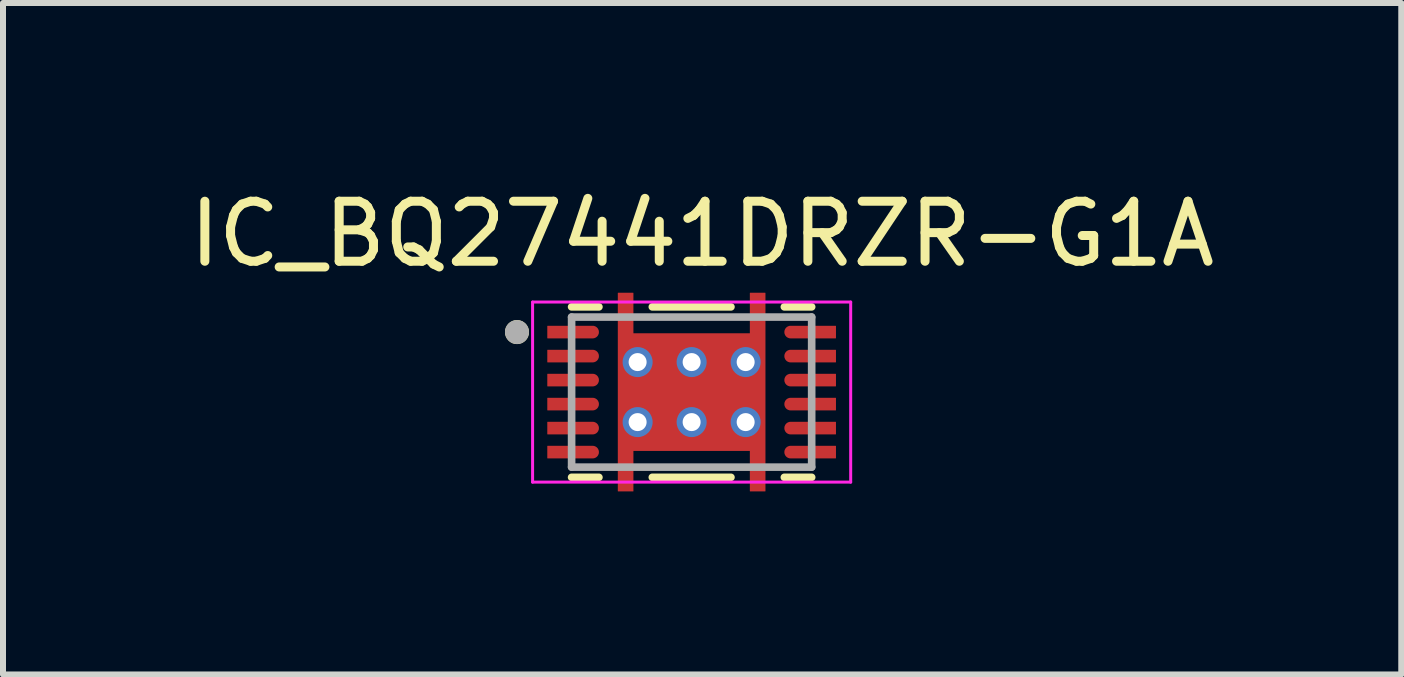
<source format=kicad_pcb>
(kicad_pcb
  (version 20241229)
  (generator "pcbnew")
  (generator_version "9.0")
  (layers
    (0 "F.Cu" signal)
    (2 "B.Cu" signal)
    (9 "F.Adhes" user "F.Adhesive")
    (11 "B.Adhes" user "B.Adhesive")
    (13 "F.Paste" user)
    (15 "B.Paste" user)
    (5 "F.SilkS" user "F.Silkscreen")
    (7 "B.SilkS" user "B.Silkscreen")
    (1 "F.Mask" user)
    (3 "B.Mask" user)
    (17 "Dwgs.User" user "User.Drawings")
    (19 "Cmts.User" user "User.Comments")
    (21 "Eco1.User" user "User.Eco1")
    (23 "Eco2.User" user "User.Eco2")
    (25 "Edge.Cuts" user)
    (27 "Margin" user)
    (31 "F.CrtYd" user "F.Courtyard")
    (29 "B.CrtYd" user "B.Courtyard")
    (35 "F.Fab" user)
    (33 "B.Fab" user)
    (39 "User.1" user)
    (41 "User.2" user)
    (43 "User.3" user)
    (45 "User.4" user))
  (footprint "IC_BQ27441DRZR-G1A"
    (layer "F.Cu")
    (at 8.474 3.483)
    (property "Reference" "IC_BQ27441DRZR-G1A" (at 0.175 -2.635 0) (layer "F.SilkS") (effects (font (size 1 1) (thickness 0.15))))
    (attr smd)
    (fp_poly (pts (xy -1.275 1.7) (xy -1.275 -1.7) (xy -0.925 -1.7) (xy -0.925 -1.025) (xy 0.925 -1.025) (xy 0.925 -1.7) (xy 1.275 -1.7) (xy 1.275 1.7) (xy 0.925 1.7) (xy 0.925 1.025) (xy -0.925 1.025) (xy -0.925 1.7)) (stroke (width 0.01) (type solid)) (fill yes) (layer "F.Mask"))
    (fp_poly (pts (xy -2.45 -1.15) (xy -1.65 -1.15) (xy -1.642 -1.15) (xy -1.634 -1.149) (xy -1.627 -1.148) (xy -1.619 -1.147) (xy -1.611 -1.145) (xy -1.604 -1.143) (xy -1.596 -1.14) (xy -1.589 -1.137) (xy -1.582 -1.134) (xy -1.575 -1.13) (xy -1.568 -1.126) (xy -1.562 -1.121) (xy -1.556 -1.117) (xy -1.55 -1.111) (xy -1.544 -1.106) (xy -1.539 -1.1) (xy -1.533 -1.094) (xy -1.529 -1.088) (xy -1.524 -1.082) (xy -1.52 -1.075) (xy -1.516 -1.068) (xy -1.513 -1.061) (xy -1.51 -1.054) (xy -1.507 -1.046) (xy -1.505 -1.039) (xy -1.503 -1.031) (xy -1.502 -1.023) (xy -1.501 -1.016) (xy -1.5 -1.008) (xy -1.5 -1) (xy -1.5 -0.992) (xy -1.501 -0.984) (xy -1.502 -0.977) (xy -1.503 -0.969) (xy -1.505 -0.961) (xy -1.507 -0.954) (xy -1.51 -0.946) (xy -1.513 -0.939) (xy -1.516 -0.932) (xy -1.52 -0.925) (xy -1.524 -0.918) (xy -1.529 -0.912) (xy -1.533 -0.906) (xy -1.539 -0.9) (xy -1.544 -0.894) (xy -1.55 -0.889) (xy -1.556 -0.883) (xy -1.562 -0.879) (xy -1.568 -0.874) (xy -1.575 -0.87) (xy -1.582 -0.866) (xy -1.589 -0.863) (xy -1.596 -0.86) (xy -1.604 -0.857) (xy -1.611 -0.855) (xy -1.619 -0.853) (xy -1.627 -0.852) (xy -1.634 -0.851) (xy -1.642 -0.85) (xy -1.65 -0.85) (xy -2.45 -0.85) (xy -2.45 -1) (xy -2.45 -1.15)) (stroke (width 0.01) (type solid)) (fill yes) (layer "F.Mask"))
    (fp_poly (pts (xy -2.45 -0.75) (xy -1.65 -0.75) (xy -1.642 -0.75) (xy -1.634 -0.749) (xy -1.627 -0.748) (xy -1.619 -0.747) (xy -1.611 -0.745) (xy -1.604 -0.743) (xy -1.596 -0.74) (xy -1.589 -0.737) (xy -1.582 -0.734) (xy -1.575 -0.73) (xy -1.568 -0.726) (xy -1.562 -0.721) (xy -1.556 -0.717) (xy -1.55 -0.711) (xy -1.544 -0.706) (xy -1.539 -0.7) (xy -1.533 -0.694) (xy -1.529 -0.688) (xy -1.524 -0.682) (xy -1.52 -0.675) (xy -1.516 -0.668) (xy -1.513 -0.661) (xy -1.51 -0.654) (xy -1.507 -0.646) (xy -1.505 -0.639) (xy -1.503 -0.631) (xy -1.502 -0.623) (xy -1.501 -0.616) (xy -1.5 -0.608) (xy -1.5 -0.6) (xy -1.5 -0.592) (xy -1.501 -0.584) (xy -1.502 -0.577) (xy -1.503 -0.569) (xy -1.505 -0.561) (xy -1.507 -0.554) (xy -1.51 -0.546) (xy -1.513 -0.539) (xy -1.516 -0.532) (xy -1.52 -0.525) (xy -1.524 -0.518) (xy -1.529 -0.512) (xy -1.533 -0.506) (xy -1.539 -0.5) (xy -1.544 -0.494) (xy -1.55 -0.489) (xy -1.556 -0.483) (xy -1.562 -0.479) (xy -1.568 -0.474) (xy -1.575 -0.47) (xy -1.582 -0.466) (xy -1.589 -0.463) (xy -1.596 -0.46) (xy -1.604 -0.457) (xy -1.611 -0.455) (xy -1.619 -0.453) (xy -1.627 -0.452) (xy -1.634 -0.451) (xy -1.642 -0.45) (xy -1.65 -0.45) (xy -2.45 -0.45) (xy -2.45 -0.6) (xy -2.45 -0.75)) (stroke (width 0.01) (type solid)) (fill yes) (layer "F.Mask"))
    (fp_poly (pts (xy -2.45 -0.35) (xy -1.65 -0.35) (xy -1.642 -0.35) (xy -1.634 -0.349) (xy -1.627 -0.348) (xy -1.619 -0.347) (xy -1.611 -0.345) (xy -1.604 -0.343) (xy -1.596 -0.34) (xy -1.589 -0.337) (xy -1.582 -0.334) (xy -1.575 -0.33) (xy -1.568 -0.326) (xy -1.562 -0.321) (xy -1.556 -0.317) (xy -1.55 -0.311) (xy -1.544 -0.306) (xy -1.539 -0.3) (xy -1.533 -0.294) (xy -1.529 -0.288) (xy -1.524 -0.282) (xy -1.52 -0.275) (xy -1.516 -0.268) (xy -1.513 -0.261) (xy -1.51 -0.254) (xy -1.507 -0.246) (xy -1.505 -0.239) (xy -1.503 -0.231) (xy -1.502 -0.223) (xy -1.501 -0.216) (xy -1.5 -0.208) (xy -1.5 -0.2) (xy -1.5 -0.192) (xy -1.501 -0.184) (xy -1.502 -0.177) (xy -1.503 -0.169) (xy -1.505 -0.161) (xy -1.507 -0.154) (xy -1.51 -0.146) (xy -1.513 -0.139) (xy -1.516 -0.132) (xy -1.52 -0.125) (xy -1.524 -0.118) (xy -1.529 -0.112) (xy -1.533 -0.106) (xy -1.539 -0.1) (xy -1.544 -0.094) (xy -1.55 -0.089) (xy -1.556 -0.083) (xy -1.562 -0.079) (xy -1.568 -0.074) (xy -1.575 -0.07) (xy -1.582 -0.066) (xy -1.589 -0.063) (xy -1.596 -0.06) (xy -1.604 -0.057) (xy -1.611 -0.055) (xy -1.619 -0.053) (xy -1.627 -0.052) (xy -1.634 -0.051) (xy -1.642 -0.05) (xy -1.65 -0.05) (xy -2.45 -0.05) (xy -2.45 -0.2) (xy -2.45 -0.35)) (stroke (width 0.01) (type solid)) (fill yes) (layer "F.Mask"))
    (fp_poly (pts (xy -2.45 0.05) (xy -1.65 0.05) (xy -1.642 0.05) (xy -1.634 0.051) (xy -1.627 0.052) (xy -1.619 0.053) (xy -1.611 0.055) (xy -1.604 0.057) (xy -1.596 0.06) (xy -1.589 0.063) (xy -1.582 0.066) (xy -1.575 0.07) (xy -1.568 0.074) (xy -1.562 0.079) (xy -1.556 0.083) (xy -1.55 0.089) (xy -1.544 0.094) (xy -1.539 0.1) (xy -1.533 0.106) (xy -1.529 0.112) (xy -1.524 0.118) (xy -1.52 0.125) (xy -1.516 0.132) (xy -1.513 0.139) (xy -1.51 0.146) (xy -1.507 0.154) (xy -1.505 0.161) (xy -1.503 0.169) (xy -1.502 0.177) (xy -1.501 0.184) (xy -1.5 0.192) (xy -1.5 0.2) (xy -1.5 0.208) (xy -1.501 0.216) (xy -1.502 0.223) (xy -1.503 0.231) (xy -1.505 0.239) (xy -1.507 0.246) (xy -1.51 0.254) (xy -1.513 0.261) (xy -1.516 0.268) (xy -1.52 0.275) (xy -1.524 0.282) (xy -1.529 0.288) (xy -1.533 0.294) (xy -1.539 0.3) (xy -1.544 0.306) (xy -1.55 0.311) (xy -1.556 0.317) (xy -1.562 0.321) (xy -1.568 0.326) (xy -1.575 0.33) (xy -1.582 0.334) (xy -1.589 0.337) (xy -1.596 0.34) (xy -1.604 0.343) (xy -1.611 0.345) (xy -1.619 0.347) (xy -1.627 0.348) (xy -1.634 0.349) (xy -1.642 0.35) (xy -1.65 0.35) (xy -2.45 0.35) (xy -2.45 0.2) (xy -2.45 0.05)) (stroke (width 0.01) (type solid)) (fill yes) (layer "F.Mask"))
    (fp_poly (pts (xy -2.45 0.45) (xy -1.65 0.45) (xy -1.642 0.45) (xy -1.634 0.451) (xy -1.627 0.452) (xy -1.619 0.453) (xy -1.611 0.455) (xy -1.604 0.457) (xy -1.596 0.46) (xy -1.589 0.463) (xy -1.582 0.466) (xy -1.575 0.47) (xy -1.568 0.474) (xy -1.562 0.479) (xy -1.556 0.483) (xy -1.55 0.489) (xy -1.544 0.494) (xy -1.539 0.5) (xy -1.533 0.506) (xy -1.529 0.512) (xy -1.524 0.518) (xy -1.52 0.525) (xy -1.516 0.532) (xy -1.513 0.539) (xy -1.51 0.546) (xy -1.507 0.554) (xy -1.505 0.561) (xy -1.503 0.569) (xy -1.502 0.577) (xy -1.501 0.584) (xy -1.5 0.592) (xy -1.5 0.6) (xy -1.5 0.608) (xy -1.501 0.616) (xy -1.502 0.623) (xy -1.503 0.631) (xy -1.505 0.639) (xy -1.507 0.646) (xy -1.51 0.654) (xy -1.513 0.661) (xy -1.516 0.668) (xy -1.52 0.675) (xy -1.524 0.682) (xy -1.529 0.688) (xy -1.533 0.694) (xy -1.539 0.7) (xy -1.544 0.706) (xy -1.55 0.711) (xy -1.556 0.717) (xy -1.562 0.721) (xy -1.568 0.726) (xy -1.575 0.73) (xy -1.582 0.734) (xy -1.589 0.737) (xy -1.596 0.74) (xy -1.604 0.743) (xy -1.611 0.745) (xy -1.619 0.747) (xy -1.627 0.748) (xy -1.634 0.749) (xy -1.642 0.75) (xy -1.65 0.75) (xy -2.45 0.75) (xy -2.45 0.6) (xy -2.45 0.45)) (stroke (width 0.01) (type solid)) (fill yes) (layer "F.Mask"))
    (fp_poly (pts (xy -2.45 0.85) (xy -1.65 0.85) (xy -1.642 0.85) (xy -1.634 0.851) (xy -1.627 0.852) (xy -1.619 0.853) (xy -1.611 0.855) (xy -1.604 0.857) (xy -1.596 0.86) (xy -1.589 0.863) (xy -1.582 0.866) (xy -1.575 0.87) (xy -1.568 0.874) (xy -1.562 0.879) (xy -1.556 0.883) (xy -1.55 0.889) (xy -1.544 0.894) (xy -1.539 0.9) (xy -1.533 0.906) (xy -1.529 0.912) (xy -1.524 0.918) (xy -1.52 0.925) (xy -1.516 0.932) (xy -1.513 0.939) (xy -1.51 0.946) (xy -1.507 0.954) (xy -1.505 0.961) (xy -1.503 0.969) (xy -1.502 0.977) (xy -1.501 0.984) (xy -1.5 0.992) (xy -1.5 1) (xy -1.5 1.008) (xy -1.501 1.016) (xy -1.502 1.023) (xy -1.503 1.031) (xy -1.505 1.039) (xy -1.507 1.046) (xy -1.51 1.054) (xy -1.513 1.061) (xy -1.516 1.068) (xy -1.52 1.075) (xy -1.524 1.082) (xy -1.529 1.088) (xy -1.533 1.094) (xy -1.539 1.1) (xy -1.544 1.106) (xy -1.55 1.111) (xy -1.556 1.117) (xy -1.562 1.121) (xy -1.568 1.126) (xy -1.575 1.13) (xy -1.582 1.134) (xy -1.589 1.137) (xy -1.596 1.14) (xy -1.604 1.143) (xy -1.611 1.145) (xy -1.619 1.147) (xy -1.627 1.148) (xy -1.634 1.149) (xy -1.642 1.15) (xy -1.65 1.15) (xy -2.45 1.15) (xy -2.45 1) (xy -2.45 0.85)) (stroke (width 0.01) (type solid)) (fill yes) (layer "F.Mask"))
    (fp_poly (pts (xy 2.45 -0.85) (xy 1.65 -0.85) (xy 1.642 -0.85) (xy 1.634 -0.851) (xy 1.627 -0.852) (xy 1.619 -0.853) (xy 1.611 -0.855) (xy 1.604 -0.857) (xy 1.596 -0.86) (xy 1.589 -0.863) (xy 1.582 -0.866) (xy 1.575 -0.87) (xy 1.568 -0.874) (xy 1.562 -0.879) (xy 1.556 -0.883) (xy 1.55 -0.889) (xy 1.544 -0.894) (xy 1.539 -0.9) (xy 1.533 -0.906) (xy 1.529 -0.912) (xy 1.524 -0.918) (xy 1.52 -0.925) (xy 1.516 -0.932) (xy 1.513 -0.939) (xy 1.51 -0.946) (xy 1.507 -0.954) (xy 1.505 -0.961) (xy 1.503 -0.969) (xy 1.502 -0.977) (xy 1.501 -0.984) (xy 1.5 -0.992) (xy 1.5 -1) (xy 1.5 -1.008) (xy 1.501 -1.016) (xy 1.502 -1.023) (xy 1.503 -1.031) (xy 1.505 -1.039) (xy 1.507 -1.046) (xy 1.51 -1.054) (xy 1.513 -1.061) (xy 1.516 -1.068) (xy 1.52 -1.075) (xy 1.524 -1.082) (xy 1.529 -1.088) (xy 1.533 -1.094) (xy 1.539 -1.1) (xy 1.544 -1.106) (xy 1.55 -1.111) (xy 1.556 -1.117) (xy 1.562 -1.121) (xy 1.568 -1.126) (xy 1.575 -1.13) (xy 1.582 -1.134) (xy 1.589 -1.137) (xy 1.596 -1.14) (xy 1.604 -1.143) (xy 1.611 -1.145) (xy 1.619 -1.147) (xy 1.627 -1.148) (xy 1.634 -1.149) (xy 1.642 -1.15) (xy 1.65 -1.15) (xy 2.45 -1.15) (xy 2.45 -1) (xy 2.45 -0.85)) (stroke (width 0.01) (type solid)) (fill yes) (layer "F.Mask"))
    (fp_poly (pts (xy 2.45 -0.45) (xy 1.65 -0.45) (xy 1.642 -0.45) (xy 1.634 -0.451) (xy 1.627 -0.452) (xy 1.619 -0.453) (xy 1.611 -0.455) (xy 1.604 -0.457) (xy 1.596 -0.46) (xy 1.589 -0.463) (xy 1.582 -0.466) (xy 1.575 -0.47) (xy 1.568 -0.474) (xy 1.562 -0.479) (xy 1.556 -0.483) (xy 1.55 -0.489) (xy 1.544 -0.494) (xy 1.539 -0.5) (xy 1.533 -0.506) (xy 1.529 -0.512) (xy 1.524 -0.518) (xy 1.52 -0.525) (xy 1.516 -0.532) (xy 1.513 -0.539) (xy 1.51 -0.546) (xy 1.507 -0.554) (xy 1.505 -0.561) (xy 1.503 -0.569) (xy 1.502 -0.577) (xy 1.501 -0.584) (xy 1.5 -0.592) (xy 1.5 -0.6) (xy 1.5 -0.608) (xy 1.501 -0.616) (xy 1.502 -0.623) (xy 1.503 -0.631) (xy 1.505 -0.639) (xy 1.507 -0.646) (xy 1.51 -0.654) (xy 1.513 -0.661) (xy 1.516 -0.668) (xy 1.52 -0.675) (xy 1.524 -0.682) (xy 1.529 -0.688) (xy 1.533 -0.694) (xy 1.539 -0.7) (xy 1.544 -0.706) (xy 1.55 -0.711) (xy 1.556 -0.717) (xy 1.562 -0.721) (xy 1.568 -0.726) (xy 1.575 -0.73) (xy 1.582 -0.734) (xy 1.589 -0.737) (xy 1.596 -0.74) (xy 1.604 -0.743) (xy 1.611 -0.745) (xy 1.619 -0.747) (xy 1.627 -0.748) (xy 1.634 -0.749) (xy 1.642 -0.75) (xy 1.65 -0.75) (xy 2.45 -0.75) (xy 2.45 -0.6) (xy 2.45 -0.45)) (stroke (width 0.01) (type solid)) (fill yes) (layer "F.Mask"))
    (fp_poly (pts (xy 2.45 -0.05) (xy 1.65 -0.05) (xy 1.642 -0.05) (xy 1.634 -0.051) (xy 1.627 -0.052) (xy 1.619 -0.053) (xy 1.611 -0.055) (xy 1.604 -0.057) (xy 1.596 -0.06) (xy 1.589 -0.063) (xy 1.582 -0.066) (xy 1.575 -0.07) (xy 1.568 -0.074) (xy 1.562 -0.079) (xy 1.556 -0.083) (xy 1.55 -0.089) (xy 1.544 -0.094) (xy 1.539 -0.1) (xy 1.533 -0.106) (xy 1.529 -0.112) (xy 1.524 -0.118) (xy 1.52 -0.125) (xy 1.516 -0.132) (xy 1.513 -0.139) (xy 1.51 -0.146) (xy 1.507 -0.154) (xy 1.505 -0.161) (xy 1.503 -0.169) (xy 1.502 -0.177) (xy 1.501 -0.184) (xy 1.5 -0.192) (xy 1.5 -0.2) (xy 1.5 -0.208) (xy 1.501 -0.216) (xy 1.502 -0.223) (xy 1.503 -0.231) (xy 1.505 -0.239) (xy 1.507 -0.246) (xy 1.51 -0.254) (xy 1.513 -0.261) (xy 1.516 -0.268) (xy 1.52 -0.275) (xy 1.524 -0.282) (xy 1.529 -0.288) (xy 1.533 -0.294) (xy 1.539 -0.3) (xy 1.544 -0.306) (xy 1.55 -0.311) (xy 1.556 -0.317) (xy 1.562 -0.321) (xy 1.568 -0.326) (xy 1.575 -0.33) (xy 1.582 -0.334) (xy 1.589 -0.337) (xy 1.596 -0.34) (xy 1.604 -0.343) (xy 1.611 -0.345) (xy 1.619 -0.347) (xy 1.627 -0.348) (xy 1.634 -0.349) (xy 1.642 -0.35) (xy 1.65 -0.35) (xy 2.45 -0.35) (xy 2.45 -0.2) (xy 2.45 -0.05)) (stroke (width 0.01) (type solid)) (fill yes) (layer "F.Mask"))
    (fp_poly (pts (xy 2.45 0.35) (xy 1.65 0.35) (xy 1.642 0.35) (xy 1.634 0.349) (xy 1.627 0.348) (xy 1.619 0.347) (xy 1.611 0.345) (xy 1.604 0.343) (xy 1.596 0.34) (xy 1.589 0.337) (xy 1.582 0.334) (xy 1.575 0.33) (xy 1.568 0.326) (xy 1.562 0.321) (xy 1.556 0.317) (xy 1.55 0.311) (xy 1.544 0.306) (xy 1.539 0.3) (xy 1.533 0.294) (xy 1.529 0.288) (xy 1.524 0.282) (xy 1.52 0.275) (xy 1.516 0.268) (xy 1.513 0.261) (xy 1.51 0.254) (xy 1.507 0.246) (xy 1.505 0.239) (xy 1.503 0.231) (xy 1.502 0.223) (xy 1.501 0.216) (xy 1.5 0.208) (xy 1.5 0.2) (xy 1.5 0.192) (xy 1.501 0.184) (xy 1.502 0.177) (xy 1.503 0.169) (xy 1.505 0.161) (xy 1.507 0.154) (xy 1.51 0.146) (xy 1.513 0.139) (xy 1.516 0.132) (xy 1.52 0.125) (xy 1.524 0.118) (xy 1.529 0.112) (xy 1.533 0.106) (xy 1.539 0.1) (xy 1.544 0.094) (xy 1.55 0.089) (xy 1.556 0.083) (xy 1.562 0.079) (xy 1.568 0.074) (xy 1.575 0.07) (xy 1.582 0.066) (xy 1.589 0.063) (xy 1.596 0.06) (xy 1.604 0.057) (xy 1.611 0.055) (xy 1.619 0.053) (xy 1.627 0.052) (xy 1.634 0.051) (xy 1.642 0.05) (xy 1.65 0.05) (xy 2.45 0.05) (xy 2.45 0.2) (xy 2.45 0.35)) (stroke (width 0.01) (type solid)) (fill yes) (layer "F.Mask"))
    (fp_poly (pts (xy 2.45 0.75) (xy 1.65 0.75) (xy 1.642 0.75) (xy 1.634 0.749) (xy 1.627 0.748) (xy 1.619 0.747) (xy 1.611 0.745) (xy 1.604 0.743) (xy 1.596 0.74) (xy 1.589 0.737) (xy 1.582 0.734) (xy 1.575 0.73) (xy 1.568 0.726) (xy 1.562 0.721) (xy 1.556 0.717) (xy 1.55 0.711) (xy 1.544 0.706) (xy 1.539 0.7) (xy 1.533 0.694) (xy 1.529 0.688) (xy 1.524 0.682) (xy 1.52 0.675) (xy 1.516 0.668) (xy 1.513 0.661) (xy 1.51 0.654) (xy 1.507 0.646) (xy 1.505 0.639) (xy 1.503 0.631) (xy 1.502 0.623) (xy 1.501 0.616) (xy 1.5 0.608) (xy 1.5 0.6) (xy 1.5 0.592) (xy 1.501 0.584) (xy 1.502 0.577) (xy 1.503 0.569) (xy 1.505 0.561) (xy 1.507 0.554) (xy 1.51 0.546) (xy 1.513 0.539) (xy 1.516 0.532) (xy 1.52 0.525) (xy 1.524 0.518) (xy 1.529 0.512) (xy 1.533 0.506) (xy 1.539 0.5) (xy 1.544 0.494) (xy 1.55 0.489) (xy 1.556 0.483) (xy 1.562 0.479) (xy 1.568 0.474) (xy 1.575 0.47) (xy 1.582 0.466) (xy 1.589 0.463) (xy 1.596 0.46) (xy 1.604 0.457) (xy 1.611 0.455) (xy 1.619 0.453) (xy 1.627 0.452) (xy 1.634 0.451) (xy 1.642 0.45) (xy 1.65 0.45) (xy 2.45 0.45) (xy 2.45 0.6) (xy 2.45 0.75)) (stroke (width 0.01) (type solid)) (fill yes) (layer "F.Mask"))
    (fp_poly (pts (xy 2.45 1.15) (xy 1.65 1.15) (xy 1.642 1.15) (xy 1.634 1.149) (xy 1.627 1.148) (xy 1.619 1.147) (xy 1.611 1.145) (xy 1.604 1.143) (xy 1.596 1.14) (xy 1.589 1.137) (xy 1.582 1.134) (xy 1.575 1.13) (xy 1.568 1.126) (xy 1.562 1.121) (xy 1.556 1.117) (xy 1.55 1.111) (xy 1.544 1.106) (xy 1.539 1.1) (xy 1.533 1.094) (xy 1.529 1.088) (xy 1.524 1.082) (xy 1.52 1.075) (xy 1.516 1.068) (xy 1.513 1.061) (xy 1.51 1.054) (xy 1.507 1.046) (xy 1.505 1.039) (xy 1.503 1.031) (xy 1.502 1.023) (xy 1.501 1.016) (xy 1.5 1.008) (xy 1.5 1) (xy 1.5 0.992) (xy 1.501 0.984) (xy 1.502 0.977) (xy 1.503 0.969) (xy 1.505 0.961) (xy 1.507 0.954) (xy 1.51 0.946) (xy 1.513 0.939) (xy 1.516 0.932) (xy 1.52 0.925) (xy 1.524 0.918) (xy 1.529 0.912) (xy 1.533 0.906) (xy 1.539 0.9) (xy 1.544 0.894) (xy 1.55 0.889) (xy 1.556 0.883) (xy 1.562 0.879) (xy 1.568 0.874) (xy 1.575 0.87) (xy 1.582 0.866) (xy 1.589 0.863) (xy 1.596 0.86) (xy 1.604 0.857) (xy 1.611 0.855) (xy 1.619 0.853) (xy 1.627 0.852) (xy 1.634 0.851) (xy 1.642 0.85) (xy 1.65 0.85) (xy 2.45 0.85) (xy 2.45 1) (xy 2.45 1.15)) (stroke (width 0.01) (type solid)) (fill yes) (layer "F.Mask"))
    (fp_line (start -2 -1.42) (end -1.545 -1.42) (stroke (width 0.127) (type solid)) (layer "F.SilkS"))
    (fp_line (start -2 1.42) (end -1.545 1.42) (stroke (width 0.127) (type solid)) (layer "F.SilkS"))
    (fp_line (start -0.655 -1.42) (end 0.655 -1.42) (stroke (width 0.127) (type solid)) (layer "F.SilkS"))
    (fp_line (start -0.655 1.42) (end 0.655 1.42) (stroke (width 0.127) (type solid)) (layer "F.SilkS"))
    (fp_line (start 1.545 -1.42) (end 2 -1.42) (stroke (width 0.127) (type solid)) (layer "F.SilkS"))
    (fp_line (start 1.545 1.42) (end 2 1.42) (stroke (width 0.127) (type solid)) (layer "F.SilkS"))
    (fp_circle (center -2.91 -1) (end -2.81 -1) (stroke (width 0.2) (type solid)) (fill no) (layer "F.SilkS"))
    (fp_poly (pts (xy -1.225 -1.625) (xy -1.225 -1.1) (xy -0.975 -1.1) (xy -0.975 -1.625)) (stroke (width 0.01) (type solid)) (fill yes) (layer "F.Paste"))
    (fp_poly (pts (xy -1.225 1.1) (xy -1.225 1.625) (xy -0.975 1.625) (xy -0.975 1.1)) (stroke (width 0.01) (type solid)) (fill yes) (layer "F.Paste"))
    (fp_poly (pts (xy -1.1 -0.9) (xy -0.1 -0.9) (xy -0.1 -0.1) (xy -1.1 -0.1)) (stroke (width 0.01) (type solid)) (fill yes) (layer "F.Paste"))
    (fp_poly (pts (xy -1.1 0.1) (xy -0.1 0.1) (xy -0.1 0.9) (xy -1.1 0.9)) (stroke (width 0.01) (type solid)) (fill yes) (layer "F.Paste"))
    (fp_poly (pts (xy 0.1 -0.9) (xy 1.1 -0.9) (xy 1.1 -0.1) (xy 0.1 -0.1)) (stroke (width 0.01) (type solid)) (fill yes) (layer "F.Paste"))
    (fp_poly (pts (xy 0.1 0.1) (xy 1.1 0.1) (xy 1.1 0.9) (xy 0.1 0.9)) (stroke (width 0.01) (type solid)) (fill yes) (layer "F.Paste"))
    (fp_poly (pts (xy 0.975 -1.625) (xy 0.975 -1.1) (xy 1.225 -1.1) (xy 1.225 -1.625)) (stroke (width 0.01) (type solid)) (fill yes) (layer "F.Paste"))
    (fp_poly (pts (xy 0.975 1.1) (xy 0.975 1.625) (xy 1.225 1.625) (xy 1.225 1.1)) (stroke (width 0.01) (type solid)) (fill yes) (layer "F.Paste"))
    (fp_poly (pts (xy -2.375 -1.1) (xy -1.675 -1.1) (xy -1.67 -1.1) (xy -1.665 -1.099) (xy -1.659 -1.099) (xy -1.654 -1.098) (xy -1.649 -1.097) (xy -1.644 -1.095) (xy -1.639 -1.093) (xy -1.634 -1.091) (xy -1.63 -1.089) (xy -1.625 -1.087) (xy -1.621 -1.084) (xy -1.616 -1.081) (xy -1.612 -1.078) (xy -1.608 -1.074) (xy -1.604 -1.071) (xy -1.601 -1.067) (xy -1.597 -1.063) (xy -1.594 -1.059) (xy -1.591 -1.054) (xy -1.588 -1.05) (xy -1.586 -1.045) (xy -1.584 -1.041) (xy -1.582 -1.036) (xy -1.58 -1.031) (xy -1.578 -1.026) (xy -1.577 -1.021) (xy -1.576 -1.016) (xy -1.576 -1.01) (xy -1.575 -1.005) (xy -1.575 -1) (xy -1.575 -0.995) (xy -1.576 -0.99) (xy -1.576 -0.984) (xy -1.577 -0.979) (xy -1.578 -0.974) (xy -1.58 -0.969) (xy -1.582 -0.964) (xy -1.584 -0.959) (xy -1.586 -0.955) (xy -1.588 -0.95) (xy -1.591 -0.946) (xy -1.594 -0.941) (xy -1.597 -0.937) (xy -1.601 -0.933) (xy -1.604 -0.929) (xy -1.608 -0.926) (xy -1.612 -0.922) (xy -1.616 -0.919) (xy -1.621 -0.916) (xy -1.625 -0.913) (xy -1.63 -0.911) (xy -1.634 -0.909) (xy -1.639 -0.907) (xy -1.644 -0.905) (xy -1.649 -0.903) (xy -1.654 -0.902) (xy -1.659 -0.901) (xy -1.665 -0.901) (xy -1.67 -0.9) (xy -1.675 -0.9) (xy -2.375 -0.9) (xy -2.375 -1) (xy -2.375 -1.1)) (stroke (width 0.01) (type solid)) (fill yes) (layer "F.Paste"))
    (fp_poly (pts (xy -2.375 -0.7) (xy -1.675 -0.7) (xy -1.67 -0.7) (xy -1.665 -0.699) (xy -1.659 -0.699) (xy -1.654 -0.698) (xy -1.649 -0.697) (xy -1.644 -0.695) (xy -1.639 -0.693) (xy -1.634 -0.691) (xy -1.63 -0.689) (xy -1.625 -0.687) (xy -1.621 -0.684) (xy -1.616 -0.681) (xy -1.612 -0.678) (xy -1.608 -0.674) (xy -1.604 -0.671) (xy -1.601 -0.667) (xy -1.597 -0.663) (xy -1.594 -0.659) (xy -1.591 -0.654) (xy -1.588 -0.65) (xy -1.586 -0.645) (xy -1.584 -0.641) (xy -1.582 -0.636) (xy -1.58 -0.631) (xy -1.578 -0.626) (xy -1.577 -0.621) (xy -1.576 -0.616) (xy -1.576 -0.61) (xy -1.575 -0.605) (xy -1.575 -0.6) (xy -1.575 -0.595) (xy -1.576 -0.59) (xy -1.576 -0.584) (xy -1.577 -0.579) (xy -1.578 -0.574) (xy -1.58 -0.569) (xy -1.582 -0.564) (xy -1.584 -0.559) (xy -1.586 -0.555) (xy -1.588 -0.55) (xy -1.591 -0.546) (xy -1.594 -0.541) (xy -1.597 -0.537) (xy -1.601 -0.533) (xy -1.604 -0.529) (xy -1.608 -0.526) (xy -1.612 -0.522) (xy -1.616 -0.519) (xy -1.621 -0.516) (xy -1.625 -0.513) (xy -1.63 -0.511) (xy -1.634 -0.509) (xy -1.639 -0.507) (xy -1.644 -0.505) (xy -1.649 -0.503) (xy -1.654 -0.502) (xy -1.659 -0.501) (xy -1.665 -0.501) (xy -1.67 -0.5) (xy -1.675 -0.5) (xy -2.375 -0.5) (xy -2.375 -0.6) (xy -2.375 -0.7)) (stroke (width 0.01) (type solid)) (fill yes) (layer "F.Paste"))
    (fp_poly (pts (xy -2.375 -0.7) (xy -1.675 -0.7) (xy -1.67 -0.7) (xy -1.665 -0.699) (xy -1.659 -0.699) (xy -1.654 -0.698) (xy -1.649 -0.697) (xy -1.644 -0.695) (xy -1.639 -0.693) (xy -1.634 -0.691) (xy -1.63 -0.689) (xy -1.625 -0.687) (xy -1.621 -0.684) (xy -1.616 -0.681) (xy -1.612 -0.678) (xy -1.608 -0.674) (xy -1.604 -0.671) (xy -1.601 -0.667) (xy -1.597 -0.663) (xy -1.594 -0.659) (xy -1.591 -0.654) (xy -1.588 -0.65) (xy -1.586 -0.645) (xy -1.584 -0.641) (xy -1.582 -0.636) (xy -1.58 -0.631) (xy -1.578 -0.626) (xy -1.577 -0.621) (xy -1.576 -0.616) (xy -1.576 -0.61) (xy -1.575 -0.605) (xy -1.575 -0.6) (xy -1.575 -0.595) (xy -1.576 -0.59) (xy -1.576 -0.584) (xy -1.577 -0.579) (xy -1.578 -0.574) (xy -1.58 -0.569) (xy -1.582 -0.564) (xy -1.584 -0.559) (xy -1.586 -0.555) (xy -1.588 -0.55) (xy -1.591 -0.546) (xy -1.594 -0.541) (xy -1.597 -0.537) (xy -1.601 -0.533) (xy -1.604 -0.529) (xy -1.608 -0.526) (xy -1.612 -0.522) (xy -1.616 -0.519) (xy -1.621 -0.516) (xy -1.625 -0.513) (xy -1.63 -0.511) (xy -1.634 -0.509) (xy -1.639 -0.507) (xy -1.644 -0.505) (xy -1.649 -0.503) (xy -1.654 -0.502) (xy -1.659 -0.501) (xy -1.665 -0.501) (xy -1.67 -0.5) (xy -1.675 -0.5) (xy -2.375 -0.5) (xy -2.375 -0.6) (xy -2.375 -0.7)) (stroke (width 0.01) (type solid)) (fill yes) (layer "F.Paste"))
    (fp_poly (pts (xy -2.375 -0.3) (xy -1.675 -0.3) (xy -1.67 -0.3) (xy -1.665 -0.299) (xy -1.659 -0.299) (xy -1.654 -0.298) (xy -1.649 -0.297) (xy -1.644 -0.295) (xy -1.639 -0.293) (xy -1.634 -0.291) (xy -1.63 -0.289) (xy -1.625 -0.287) (xy -1.621 -0.284) (xy -1.616 -0.281) (xy -1.612 -0.278) (xy -1.608 -0.274) (xy -1.604 -0.271) (xy -1.601 -0.267) (xy -1.597 -0.263) (xy -1.594 -0.259) (xy -1.591 -0.254) (xy -1.588 -0.25) (xy -1.586 -0.245) (xy -1.584 -0.241) (xy -1.582 -0.236) (xy -1.58 -0.231) (xy -1.578 -0.226) (xy -1.577 -0.221) (xy -1.576 -0.216) (xy -1.576 -0.21) (xy -1.575 -0.205) (xy -1.575 -0.2) (xy -1.575 -0.195) (xy -1.576 -0.19) (xy -1.576 -0.184) (xy -1.577 -0.179) (xy -1.578 -0.174) (xy -1.58 -0.169) (xy -1.582 -0.164) (xy -1.584 -0.159) (xy -1.586 -0.155) (xy -1.588 -0.15) (xy -1.591 -0.146) (xy -1.594 -0.141) (xy -1.597 -0.137) (xy -1.601 -0.133) (xy -1.604 -0.129) (xy -1.608 -0.126) (xy -1.612 -0.122) (xy -1.616 -0.119) (xy -1.621 -0.116) (xy -1.625 -0.113) (xy -1.63 -0.111) (xy -1.634 -0.109) (xy -1.639 -0.107) (xy -1.644 -0.105) (xy -1.649 -0.103) (xy -1.654 -0.102) (xy -1.659 -0.101) (xy -1.665 -0.101) (xy -1.67 -0.1) (xy -1.675 -0.1) (xy -2.375 -0.1) (xy -2.375 -0.2) (xy -2.375 -0.3)) (stroke (width 0.01) (type solid)) (fill yes) (layer "F.Paste"))
    (fp_poly (pts (xy -2.375 0.1) (xy -1.675 0.1) (xy -1.67 0.1) (xy -1.665 0.101) (xy -1.659 0.101) (xy -1.654 0.102) (xy -1.649 0.103) (xy -1.644 0.105) (xy -1.639 0.107) (xy -1.634 0.109) (xy -1.63 0.111) (xy -1.625 0.113) (xy -1.621 0.116) (xy -1.616 0.119) (xy -1.612 0.122) (xy -1.608 0.126) (xy -1.604 0.129) (xy -1.601 0.133) (xy -1.597 0.137) (xy -1.594 0.141) (xy -1.591 0.146) (xy -1.588 0.15) (xy -1.586 0.155) (xy -1.584 0.159) (xy -1.582 0.164) (xy -1.58 0.169) (xy -1.578 0.174) (xy -1.577 0.179) (xy -1.576 0.184) (xy -1.576 0.19) (xy -1.575 0.195) (xy -1.575 0.2) (xy -1.575 0.205) (xy -1.576 0.21) (xy -1.576 0.216) (xy -1.577 0.221) (xy -1.578 0.226) (xy -1.58 0.231) (xy -1.582 0.236) (xy -1.584 0.241) (xy -1.586 0.245) (xy -1.588 0.25) (xy -1.591 0.254) (xy -1.594 0.259) (xy -1.597 0.263) (xy -1.601 0.267) (xy -1.604 0.271) (xy -1.608 0.274) (xy -1.612 0.278) (xy -1.616 0.281) (xy -1.621 0.284) (xy -1.625 0.287) (xy -1.63 0.289) (xy -1.634 0.291) (xy -1.639 0.293) (xy -1.644 0.295) (xy -1.649 0.297) (xy -1.654 0.298) (xy -1.659 0.299) (xy -1.665 0.299) (xy -1.67 0.3) (xy -1.675 0.3) (xy -2.375 0.3) (xy -2.375 0.2) (xy -2.375 0.1)) (stroke (width 0.01) (type solid)) (fill yes) (layer "F.Paste"))
    (fp_poly (pts (xy -2.375 0.5) (xy -1.675 0.5) (xy -1.67 0.5) (xy -1.665 0.501) (xy -1.659 0.501) (xy -1.654 0.502) (xy -1.649 0.503) (xy -1.644 0.505) (xy -1.639 0.507) (xy -1.634 0.509) (xy -1.63 0.511) (xy -1.625 0.513) (xy -1.621 0.516) (xy -1.616 0.519) (xy -1.612 0.522) (xy -1.608 0.526) (xy -1.604 0.529) (xy -1.601 0.533) (xy -1.597 0.537) (xy -1.594 0.541) (xy -1.591 0.546) (xy -1.588 0.55) (xy -1.586 0.555) (xy -1.584 0.559) (xy -1.582 0.564) (xy -1.58 0.569) (xy -1.578 0.574) (xy -1.577 0.579) (xy -1.576 0.584) (xy -1.576 0.59) (xy -1.575 0.595) (xy -1.575 0.6) (xy -1.575 0.605) (xy -1.576 0.61) (xy -1.576 0.616) (xy -1.577 0.621) (xy -1.578 0.626) (xy -1.58 0.631) (xy -1.582 0.636) (xy -1.584 0.641) (xy -1.586 0.645) (xy -1.588 0.65) (xy -1.591 0.654) (xy -1.594 0.659) (xy -1.597 0.663) (xy -1.601 0.667) (xy -1.604 0.671) (xy -1.608 0.674) (xy -1.612 0.678) (xy -1.616 0.681) (xy -1.621 0.684) (xy -1.625 0.687) (xy -1.63 0.689) (xy -1.634 0.691) (xy -1.639 0.693) (xy -1.644 0.695) (xy -1.649 0.697) (xy -1.654 0.698) (xy -1.659 0.699) (xy -1.665 0.699) (xy -1.67 0.7) (xy -1.675 0.7) (xy -2.375 0.7) (xy -2.375 0.6) (xy -2.375 0.5)) (stroke (width 0.01) (type solid)) (fill yes) (layer "F.Paste"))
    (fp_poly (pts (xy -2.375 0.9) (xy -1.675 0.9) (xy -1.67 0.9) (xy -1.665 0.901) (xy -1.659 0.901) (xy -1.654 0.902) (xy -1.649 0.903) (xy -1.644 0.905) (xy -1.639 0.907) (xy -1.634 0.909) (xy -1.63 0.911) (xy -1.625 0.913) (xy -1.621 0.916) (xy -1.616 0.919) (xy -1.612 0.922) (xy -1.608 0.926) (xy -1.604 0.929) (xy -1.601 0.933) (xy -1.597 0.937) (xy -1.594 0.941) (xy -1.591 0.946) (xy -1.588 0.95) (xy -1.586 0.955) (xy -1.584 0.959) (xy -1.582 0.964) (xy -1.58 0.969) (xy -1.578 0.974) (xy -1.577 0.979) (xy -1.576 0.984) (xy -1.576 0.99) (xy -1.575 0.995) (xy -1.575 1) (xy -1.575 1.005) (xy -1.576 1.01) (xy -1.576 1.016) (xy -1.577 1.021) (xy -1.578 1.026) (xy -1.58 1.031) (xy -1.582 1.036) (xy -1.584 1.041) (xy -1.586 1.045) (xy -1.588 1.05) (xy -1.591 1.054) (xy -1.594 1.059) (xy -1.597 1.063) (xy -1.601 1.067) (xy -1.604 1.071) (xy -1.608 1.074) (xy -1.612 1.078) (xy -1.616 1.081) (xy -1.621 1.084) (xy -1.625 1.087) (xy -1.63 1.089) (xy -1.634 1.091) (xy -1.639 1.093) (xy -1.644 1.095) (xy -1.649 1.097) (xy -1.654 1.098) (xy -1.659 1.099) (xy -1.665 1.099) (xy -1.67 1.1) (xy -1.675 1.1) (xy -2.375 1.1) (xy -2.375 1) (xy -2.375 0.9)) (stroke (width 0.01) (type solid)) (fill yes) (layer "F.Paste"))
    (fp_poly (pts (xy 2.375 -0.9) (xy 1.675 -0.9) (xy 1.67 -0.9) (xy 1.665 -0.901) (xy 1.659 -0.901) (xy 1.654 -0.902) (xy 1.649 -0.903) (xy 1.644 -0.905) (xy 1.639 -0.907) (xy 1.634 -0.909) (xy 1.63 -0.911) (xy 1.625 -0.913) (xy 1.621 -0.916) (xy 1.616 -0.919) (xy 1.612 -0.922) (xy 1.608 -0.926) (xy 1.604 -0.929) (xy 1.601 -0.933) (xy 1.597 -0.937) (xy 1.594 -0.941) (xy 1.591 -0.946) (xy 1.588 -0.95) (xy 1.586 -0.955) (xy 1.584 -0.959) (xy 1.582 -0.964) (xy 1.58 -0.969) (xy 1.578 -0.974) (xy 1.577 -0.979) (xy 1.576 -0.984) (xy 1.576 -0.99) (xy 1.575 -0.995) (xy 1.575 -1) (xy 1.575 -1.005) (xy 1.576 -1.01) (xy 1.576 -1.016) (xy 1.577 -1.021) (xy 1.578 -1.026) (xy 1.58 -1.031) (xy 1.582 -1.036) (xy 1.584 -1.041) (xy 1.586 -1.045) (xy 1.588 -1.05) (xy 1.591 -1.054) (xy 1.594 -1.059) (xy 1.597 -1.063) (xy 1.601 -1.067) (xy 1.604 -1.071) (xy 1.608 -1.074) (xy 1.612 -1.078) (xy 1.616 -1.081) (xy 1.621 -1.084) (xy 1.625 -1.087) (xy 1.63 -1.089) (xy 1.634 -1.091) (xy 1.639 -1.093) (xy 1.644 -1.095) (xy 1.649 -1.097) (xy 1.654 -1.098) (xy 1.659 -1.099) (xy 1.665 -1.099) (xy 1.67 -1.1) (xy 1.675 -1.1) (xy 2.375 -1.1) (xy 2.375 -1) (xy 2.375 -0.9)) (stroke (width 0.01) (type solid)) (fill yes) (layer "F.Paste"))
    (fp_poly (pts (xy 2.375 -0.5) (xy 1.675 -0.5) (xy 1.67 -0.5) (xy 1.665 -0.501) (xy 1.659 -0.501) (xy 1.654 -0.502) (xy 1.649 -0.503) (xy 1.644 -0.505) (xy 1.639 -0.507) (xy 1.634 -0.509) (xy 1.63 -0.511) (xy 1.625 -0.513) (xy 1.621 -0.516) (xy 1.616 -0.519) (xy 1.612 -0.522) (xy 1.608 -0.526) (xy 1.604 -0.529) (xy 1.601 -0.533) (xy 1.597 -0.537) (xy 1.594 -0.541) (xy 1.591 -0.546) (xy 1.588 -0.55) (xy 1.586 -0.555) (xy 1.584 -0.559) (xy 1.582 -0.564) (xy 1.58 -0.569) (xy 1.578 -0.574) (xy 1.577 -0.579) (xy 1.576 -0.584) (xy 1.576 -0.59) (xy 1.575 -0.595) (xy 1.575 -0.6) (xy 1.575 -0.605) (xy 1.576 -0.61) (xy 1.576 -0.616) (xy 1.577 -0.621) (xy 1.578 -0.626) (xy 1.58 -0.631) (xy 1.582 -0.636) (xy 1.584 -0.641) (xy 1.586 -0.645) (xy 1.588 -0.65) (xy 1.591 -0.654) (xy 1.594 -0.659) (xy 1.597 -0.663) (xy 1.601 -0.667) (xy 1.604 -0.671) (xy 1.608 -0.674) (xy 1.612 -0.678) (xy 1.616 -0.681) (xy 1.621 -0.684) (xy 1.625 -0.687) (xy 1.63 -0.689) (xy 1.634 -0.691) (xy 1.639 -0.693) (xy 1.644 -0.695) (xy 1.649 -0.697) (xy 1.654 -0.698) (xy 1.659 -0.699) (xy 1.665 -0.699) (xy 1.67 -0.7) (xy 1.675 -0.7) (xy 2.375 -0.7) (xy 2.375 -0.6) (xy 2.375 -0.5)) (stroke (width 0.01) (type solid)) (fill yes) (layer "F.Paste"))
    (fp_poly (pts (xy 2.375 -0.1) (xy 1.675 -0.1) (xy 1.67 -0.1) (xy 1.665 -0.101) (xy 1.659 -0.101) (xy 1.654 -0.102) (xy 1.649 -0.103) (xy 1.644 -0.105) (xy 1.639 -0.107) (xy 1.634 -0.109) (xy 1.63 -0.111) (xy 1.625 -0.113) (xy 1.621 -0.116) (xy 1.616 -0.119) (xy 1.612 -0.122) (xy 1.608 -0.126) (xy 1.604 -0.129) (xy 1.601 -0.133) (xy 1.597 -0.137) (xy 1.594 -0.141) (xy 1.591 -0.146) (xy 1.588 -0.15) (xy 1.586 -0.155) (xy 1.584 -0.159) (xy 1.582 -0.164) (xy 1.58 -0.169) (xy 1.578 -0.174) (xy 1.577 -0.179) (xy 1.576 -0.184) (xy 1.576 -0.19) (xy 1.575 -0.195) (xy 1.575 -0.2) (xy 1.575 -0.205) (xy 1.576 -0.21) (xy 1.576 -0.216) (xy 1.577 -0.221) (xy 1.578 -0.226) (xy 1.58 -0.231) (xy 1.582 -0.236) (xy 1.584 -0.241) (xy 1.586 -0.245) (xy 1.588 -0.25) (xy 1.591 -0.254) (xy 1.594 -0.259) (xy 1.597 -0.263) (xy 1.601 -0.267) (xy 1.604 -0.271) (xy 1.608 -0.274) (xy 1.612 -0.278) (xy 1.616 -0.281) (xy 1.621 -0.284) (xy 1.625 -0.287) (xy 1.63 -0.289) (xy 1.634 -0.291) (xy 1.639 -0.293) (xy 1.644 -0.295) (xy 1.649 -0.297) (xy 1.654 -0.298) (xy 1.659 -0.299) (xy 1.665 -0.299) (xy 1.67 -0.3) (xy 1.675 -0.3) (xy 2.375 -0.3) (xy 2.375 -0.2) (xy 2.375 -0.1)) (stroke (width 0.01) (type solid)) (fill yes) (layer "F.Paste"))
    (fp_poly (pts (xy 2.375 0.3) (xy 1.675 0.3) (xy 1.67 0.3) (xy 1.665 0.299) (xy 1.659 0.299) (xy 1.654 0.298) (xy 1.649 0.297) (xy 1.644 0.295) (xy 1.639 0.293) (xy 1.634 0.291) (xy 1.63 0.289) (xy 1.625 0.287) (xy 1.621 0.284) (xy 1.616 0.281) (xy 1.612 0.278) (xy 1.608 0.274) (xy 1.604 0.271) (xy 1.601 0.267) (xy 1.597 0.263) (xy 1.594 0.259) (xy 1.591 0.254) (xy 1.588 0.25) (xy 1.586 0.245) (xy 1.584 0.241) (xy 1.582 0.236) (xy 1.58 0.231) (xy 1.578 0.226) (xy 1.577 0.221) (xy 1.576 0.216) (xy 1.576 0.21) (xy 1.575 0.205) (xy 1.575 0.2) (xy 1.575 0.195) (xy 1.576 0.19) (xy 1.576 0.184) (xy 1.577 0.179) (xy 1.578 0.174) (xy 1.58 0.169) (xy 1.582 0.164) (xy 1.584 0.159) (xy 1.586 0.155) (xy 1.588 0.15) (xy 1.591 0.146) (xy 1.594 0.141) (xy 1.597 0.137) (xy 1.601 0.133) (xy 1.604 0.129) (xy 1.608 0.126) (xy 1.612 0.122) (xy 1.616 0.119) (xy 1.621 0.116) (xy 1.625 0.113) (xy 1.63 0.111) (xy 1.634 0.109) (xy 1.639 0.107) (xy 1.644 0.105) (xy 1.649 0.103) (xy 1.654 0.102) (xy 1.659 0.101) (xy 1.665 0.101) (xy 1.67 0.1) (xy 1.675 0.1) (xy 2.375 0.1) (xy 2.375 0.2) (xy 2.375 0.3)) (stroke (width 0.01) (type solid)) (fill yes) (layer "F.Paste"))
    (fp_poly (pts (xy 2.375 0.7) (xy 1.675 0.7) (xy 1.67 0.7) (xy 1.665 0.699) (xy 1.659 0.699) (xy 1.654 0.698) (xy 1.649 0.697) (xy 1.644 0.695) (xy 1.639 0.693) (xy 1.634 0.691) (xy 1.63 0.689) (xy 1.625 0.687) (xy 1.621 0.684) (xy 1.616 0.681) (xy 1.612 0.678) (xy 1.608 0.674) (xy 1.604 0.671) (xy 1.601 0.667) (xy 1.597 0.663) (xy 1.594 0.659) (xy 1.591 0.654) (xy 1.588 0.65) (xy 1.586 0.645) (xy 1.584 0.641) (xy 1.582 0.636) (xy 1.58 0.631) (xy 1.578 0.626) (xy 1.577 0.621) (xy 1.576 0.616) (xy 1.576 0.61) (xy 1.575 0.605) (xy 1.575 0.6) (xy 1.575 0.595) (xy 1.576 0.59) (xy 1.576 0.584) (xy 1.577 0.579) (xy 1.578 0.574) (xy 1.58 0.569) (xy 1.582 0.564) (xy 1.584 0.559) (xy 1.586 0.555) (xy 1.588 0.55) (xy 1.591 0.546) (xy 1.594 0.541) (xy 1.597 0.537) (xy 1.601 0.533) (xy 1.604 0.529) (xy 1.608 0.526) (xy 1.612 0.522) (xy 1.616 0.519) (xy 1.621 0.516) (xy 1.625 0.513) (xy 1.63 0.511) (xy 1.634 0.509) (xy 1.639 0.507) (xy 1.644 0.505) (xy 1.649 0.503) (xy 1.654 0.502) (xy 1.659 0.501) (xy 1.665 0.501) (xy 1.67 0.5) (xy 1.675 0.5) (xy 2.375 0.5) (xy 2.375 0.6) (xy 2.375 0.7)) (stroke (width 0.01) (type solid)) (fill yes) (layer "F.Paste"))
    (fp_poly (pts (xy 2.375 0.7) (xy 1.675 0.7) (xy 1.67 0.7) (xy 1.665 0.699) (xy 1.659 0.699) (xy 1.654 0.698) (xy 1.649 0.697) (xy 1.644 0.695) (xy 1.639 0.693) (xy 1.634 0.691) (xy 1.63 0.689) (xy 1.625 0.687) (xy 1.621 0.684) (xy 1.616 0.681) (xy 1.612 0.678) (xy 1.608 0.674) (xy 1.604 0.671) (xy 1.601 0.667) (xy 1.597 0.663) (xy 1.594 0.659) (xy 1.591 0.654) (xy 1.588 0.65) (xy 1.586 0.645) (xy 1.584 0.641) (xy 1.582 0.636) (xy 1.58 0.631) (xy 1.578 0.626) (xy 1.577 0.621) (xy 1.576 0.616) (xy 1.576 0.61) (xy 1.575 0.605) (xy 1.575 0.6) (xy 1.575 0.595) (xy 1.576 0.59) (xy 1.576 0.584) (xy 1.577 0.579) (xy 1.578 0.574) (xy 1.58 0.569) (xy 1.582 0.564) (xy 1.584 0.559) (xy 1.586 0.555) (xy 1.588 0.55) (xy 1.591 0.546) (xy 1.594 0.541) (xy 1.597 0.537) (xy 1.601 0.533) (xy 1.604 0.529) (xy 1.608 0.526) (xy 1.612 0.522) (xy 1.616 0.519) (xy 1.621 0.516) (xy 1.625 0.513) (xy 1.63 0.511) (xy 1.634 0.509) (xy 1.639 0.507) (xy 1.644 0.505) (xy 1.649 0.503) (xy 1.654 0.502) (xy 1.659 0.501) (xy 1.665 0.501) (xy 1.67 0.5) (xy 1.675 0.5) (xy 2.375 0.5) (xy 2.375 0.6) (xy 2.375 0.7)) (stroke (width 0.01) (type solid)) (fill yes) (layer "F.Paste"))
    (fp_poly (pts (xy 2.375 1.1) (xy 1.675 1.1) (xy 1.67 1.1) (xy 1.665 1.099) (xy 1.659 1.099) (xy 1.654 1.098) (xy 1.649 1.097) (xy 1.644 1.095) (xy 1.639 1.093) (xy 1.634 1.091) (xy 1.63 1.089) (xy 1.625 1.087) (xy 1.621 1.084) (xy 1.616 1.081) (xy 1.612 1.078) (xy 1.608 1.074) (xy 1.604 1.071) (xy 1.601 1.067) (xy 1.597 1.063) (xy 1.594 1.059) (xy 1.591 1.054) (xy 1.588 1.05) (xy 1.586 1.045) (xy 1.584 1.041) (xy 1.582 1.036) (xy 1.58 1.031) (xy 1.578 1.026) (xy 1.577 1.021) (xy 1.576 1.016) (xy 1.576 1.01) (xy 1.575 1.005) (xy 1.575 1) (xy 1.575 0.995) (xy 1.576 0.99) (xy 1.576 0.984) (xy 1.577 0.979) (xy 1.578 0.974) (xy 1.58 0.969) (xy 1.582 0.964) (xy 1.584 0.959) (xy 1.586 0.955) (xy 1.588 0.95) (xy 1.591 0.946) (xy 1.594 0.941) (xy 1.597 0.937) (xy 1.601 0.933) (xy 1.604 0.929) (xy 1.608 0.926) (xy 1.612 0.922) (xy 1.616 0.919) (xy 1.621 0.916) (xy 1.625 0.913) (xy 1.63 0.911) (xy 1.634 0.909) (xy 1.639 0.907) (xy 1.644 0.905) (xy 1.649 0.903) (xy 1.654 0.902) (xy 1.659 0.901) (xy 1.665 0.901) (xy 1.67 0.9) (xy 1.675 0.9) (xy 2.375 0.9) (xy 2.375 1) (xy 2.375 1.1)) (stroke (width 0.01) (type solid)) (fill yes) (layer "F.Paste"))
    (fp_line (start -2.65 -1.5) (end -2.65 1.5) (stroke (width 0.05) (type solid)) (layer "F.CrtYd"))
    (fp_line (start -2.65 -1.5) (end 2.65 -1.5) (stroke (width 0.05) (type solid)) (layer "F.CrtYd"))
    (fp_line (start -2.65 1.5) (end 2.65 1.5) (stroke (width 0.05) (type solid)) (layer "F.CrtYd"))
    (fp_line (start 2.65 -1.5) (end 2.65 1.5) (stroke (width 0.05) (type solid)) (layer "F.CrtYd"))
    (fp_line (start -2 -1.25) (end -2 1.25) (stroke (width 0.127) (type solid)) (layer "F.Fab"))
    (fp_line (start -2 -1.25) (end 2 -1.25) (stroke (width 0.127) (type solid)) (layer "F.Fab"))
    (fp_line (start -2 1.25) (end 2 1.25) (stroke (width 0.127) (type solid)) (layer "F.Fab"))
    (fp_line (start 2 -1.25) (end 2 1.25) (stroke (width 0.127) (type solid)) (layer "F.Fab"))
    (fp_circle (center -2.91 -1) (end -2.81 -1) (stroke (width 0.2) (type solid)) (fill no) (layer "F.Fab"))
    (pad "1" smd custom (at -1.975 -1) (size 0.4 0.2) (layers "F.Cu") (options (anchor rect)) (primitives (gr_poly (pts (xy -0.425 0.1) (xy -0.425 -0.1) (xy 0.325 -0.1) (xy 0.33 -0.1) (xy 0.335 -0.099) (xy 0.341 -0.099) (xy 0.346 -0.098) (xy 0.351 -0.097) (xy 0.356 -0.095) (xy 0.361 -0.093) (xy 0.366 -0.091) (xy 0.37 -0.089) (xy 0.375 -0.087) (xy 0.379 -0.084) (xy 0.384 -0.081) (xy 0.388 -0.078) (xy 0.392 -0.074) (xy 0.396 -0.071) (xy 0.399 -0.067) (xy 0.403 -0.063) (xy 0.406 -0.059) (xy 0.409 -0.054) (xy 0.412 -0.05) (xy 0.414 -0.045) (xy 0.416 -0.041) (xy 0.418 -0.036) (xy 0.42 -0.031) (xy 0.422 -0.026) (xy 0.423 -0.021) (xy 0.424 -0.016) (xy 0.424 -0.01) (xy 0.425 -0.005) (xy 0.425 0) (xy 0.425 0.005) (xy 0.424 0.01) (xy 0.424 0.016) (xy 0.423 0.021) (xy 0.422 0.026) (xy 0.42 0.031) (xy 0.418 0.036) (xy 0.416 0.041) (xy 0.414 0.045) (xy 0.412 0.05) (xy 0.409 0.054) (xy 0.406 0.059) (xy 0.403 0.063) (xy 0.399 0.067) (xy 0.396 0.071) (xy 0.392 0.074) (xy 0.388 0.078) (xy 0.384 0.081) (xy 0.379 0.084) (xy 0.375 0.087) (xy 0.37 0.089) (xy 0.366 0.091) (xy 0.361 0.093) (xy 0.356 0.095) (xy 0.351 0.097) (xy 0.346 0.098) (xy 0.341 0.099) (xy 0.335 0.099) (xy 0.33 0.1) (xy 0.325 0.1) (xy -0.425 0.1)) (width 0.01) (fill yes))))
    (pad "2" smd custom (at -1.975 -0.6) (size 0.4 0.2) (layers "F.Cu") (options (anchor rect)) (primitives (gr_poly (pts (xy -0.425 0.1) (xy -0.425 -0.1) (xy 0.325 -0.1) (xy 0.33 -0.1) (xy 0.335 -0.099) (xy 0.341 -0.099) (xy 0.346 -0.098) (xy 0.351 -0.097) (xy 0.356 -0.095) (xy 0.361 -0.093) (xy 0.366 -0.091) (xy 0.37 -0.089) (xy 0.375 -0.087) (xy 0.379 -0.084) (xy 0.384 -0.081) (xy 0.388 -0.078) (xy 0.392 -0.074) (xy 0.396 -0.071) (xy 0.399 -0.067) (xy 0.403 -0.063) (xy 0.406 -0.059) (xy 0.409 -0.054) (xy 0.412 -0.05) (xy 0.414 -0.045) (xy 0.416 -0.041) (xy 0.418 -0.036) (xy 0.42 -0.031) (xy 0.422 -0.026) (xy 0.423 -0.021) (xy 0.424 -0.016) (xy 0.424 -0.01) (xy 0.425 -0.005) (xy 0.425 0) (xy 0.425 0.005) (xy 0.424 0.01) (xy 0.424 0.016) (xy 0.423 0.021) (xy 0.422 0.026) (xy 0.42 0.031) (xy 0.418 0.036) (xy 0.416 0.041) (xy 0.414 0.045) (xy 0.412 0.05) (xy 0.409 0.054) (xy 0.406 0.059) (xy 0.403 0.063) (xy 0.399 0.067) (xy 0.396 0.071) (xy 0.392 0.074) (xy 0.388 0.078) (xy 0.384 0.081) (xy 0.379 0.084) (xy 0.375 0.087) (xy 0.37 0.089) (xy 0.366 0.091) (xy 0.361 0.093) (xy 0.356 0.095) (xy 0.351 0.097) (xy 0.346 0.098) (xy 0.341 0.099) (xy 0.335 0.099) (xy 0.33 0.1) (xy 0.325 0.1) (xy -0.425 0.1)) (width 0.01) (fill yes))))
    (pad "3" smd custom (at -1.975 -0.2) (size 0.4 0.2) (layers "F.Cu") (options (anchor rect)) (primitives (gr_poly (pts (xy -0.425 0.1) (xy -0.425 -0.1) (xy 0.325 -0.1) (xy 0.33 -0.1) (xy 0.335 -0.099) (xy 0.341 -0.099) (xy 0.346 -0.098) (xy 0.351 -0.097) (xy 0.356 -0.095) (xy 0.361 -0.093) (xy 0.366 -0.091) (xy 0.37 -0.089) (xy 0.375 -0.087) (xy 0.379 -0.084) (xy 0.384 -0.081) (xy 0.388 -0.078) (xy 0.392 -0.074) (xy 0.396 -0.071) (xy 0.399 -0.067) (xy 0.403 -0.063) (xy 0.406 -0.059) (xy 0.409 -0.054) (xy 0.412 -0.05) (xy 0.414 -0.045) (xy 0.416 -0.041) (xy 0.418 -0.036) (xy 0.42 -0.031) (xy 0.422 -0.026) (xy 0.423 -0.021) (xy 0.424 -0.016) (xy 0.424 -0.01) (xy 0.425 -0.005) (xy 0.425 0) (xy 0.425 0.005) (xy 0.424 0.01) (xy 0.424 0.016) (xy 0.423 0.021) (xy 0.422 0.026) (xy 0.42 0.031) (xy 0.418 0.036) (xy 0.416 0.041) (xy 0.414 0.045) (xy 0.412 0.05) (xy 0.409 0.054) (xy 0.406 0.059) (xy 0.403 0.063) (xy 0.399 0.067) (xy 0.396 0.071) (xy 0.392 0.074) (xy 0.388 0.078) (xy 0.384 0.081) (xy 0.379 0.084) (xy 0.375 0.087) (xy 0.37 0.089) (xy 0.366 0.091) (xy 0.361 0.093) (xy 0.356 0.095) (xy 0.351 0.097) (xy 0.346 0.098) (xy 0.341 0.099) (xy 0.335 0.099) (xy 0.33 0.1) (xy 0.325 0.1) (xy -0.425 0.1)) (width 0.01) (fill yes))))
    (pad "4" smd custom (at -1.975 0.2) (size 0.4 0.2) (layers "F.Cu") (options (anchor rect)) (primitives (gr_poly (pts (xy -0.425 0.1) (xy -0.425 -0.1) (xy 0.325 -0.1) (xy 0.33 -0.1) (xy 0.335 -0.099) (xy 0.341 -0.099) (xy 0.346 -0.098) (xy 0.351 -0.097) (xy 0.356 -0.095) (xy 0.361 -0.093) (xy 0.366 -0.091) (xy 0.37 -0.089) (xy 0.375 -0.087) (xy 0.379 -0.084) (xy 0.384 -0.081) (xy 0.388 -0.078) (xy 0.392 -0.074) (xy 0.396 -0.071) (xy 0.399 -0.067) (xy 0.403 -0.063) (xy 0.406 -0.059) (xy 0.409 -0.054) (xy 0.412 -0.05) (xy 0.414 -0.045) (xy 0.416 -0.041) (xy 0.418 -0.036) (xy 0.42 -0.031) (xy 0.422 -0.026) (xy 0.423 -0.021) (xy 0.424 -0.016) (xy 0.424 -0.01) (xy 0.425 -0.005) (xy 0.425 0) (xy 0.425 0.005) (xy 0.424 0.01) (xy 0.424 0.016) (xy 0.423 0.021) (xy 0.422 0.026) (xy 0.42 0.031) (xy 0.418 0.036) (xy 0.416 0.041) (xy 0.414 0.045) (xy 0.412 0.05) (xy 0.409 0.054) (xy 0.406 0.059) (xy 0.403 0.063) (xy 0.399 0.067) (xy 0.396 0.071) (xy 0.392 0.074) (xy 0.388 0.078) (xy 0.384 0.081) (xy 0.379 0.084) (xy 0.375 0.087) (xy 0.37 0.089) (xy 0.366 0.091) (xy 0.361 0.093) (xy 0.356 0.095) (xy 0.351 0.097) (xy 0.346 0.098) (xy 0.341 0.099) (xy 0.335 0.099) (xy 0.33 0.1) (xy 0.325 0.1) (xy -0.425 0.1)) (width 0.01) (fill yes))))
    (pad "5" smd custom (at -1.975 0.6) (size 0.4 0.2) (layers "F.Cu") (options (anchor rect)) (primitives (gr_poly (pts (xy -0.425 0.1) (xy -0.425 -0.1) (xy 0.325 -0.1) (xy 0.33 -0.1) (xy 0.335 -0.099) (xy 0.341 -0.099) (xy 0.346 -0.098) (xy 0.351 -0.097) (xy 0.356 -0.095) (xy 0.361 -0.093) (xy 0.366 -0.091) (xy 0.37 -0.089) (xy 0.375 -0.087) (xy 0.379 -0.084) (xy 0.384 -0.081) (xy 0.388 -0.078) (xy 0.392 -0.074) (xy 0.396 -0.071) (xy 0.399 -0.067) (xy 0.403 -0.063) (xy 0.406 -0.059) (xy 0.409 -0.054) (xy 0.412 -0.05) (xy 0.414 -0.045) (xy 0.416 -0.041) (xy 0.418 -0.036) (xy 0.42 -0.031) (xy 0.422 -0.026) (xy 0.423 -0.021) (xy 0.424 -0.016) (xy 0.424 -0.01) (xy 0.425 -0.005) (xy 0.425 0) (xy 0.425 0.005) (xy 0.424 0.01) (xy 0.424 0.016) (xy 0.423 0.021) (xy 0.422 0.026) (xy 0.42 0.031) (xy 0.418 0.036) (xy 0.416 0.041) (xy 0.414 0.045) (xy 0.412 0.05) (xy 0.409 0.054) (xy 0.406 0.059) (xy 0.403 0.063) (xy 0.399 0.067) (xy 0.396 0.071) (xy 0.392 0.074) (xy 0.388 0.078) (xy 0.384 0.081) (xy 0.379 0.084) (xy 0.375 0.087) (xy 0.37 0.089) (xy 0.366 0.091) (xy 0.361 0.093) (xy 0.356 0.095) (xy 0.351 0.097) (xy 0.346 0.098) (xy 0.341 0.099) (xy 0.335 0.099) (xy 0.33 0.1) (xy 0.325 0.1) (xy -0.425 0.1)) (width 0.01) (fill yes))))
    (pad "6" smd custom (at -1.975 1) (size 0.4 0.2) (layers "F.Cu") (options (anchor rect)) (primitives (gr_poly (pts (xy -0.425 0.1) (xy -0.425 -0.1) (xy 0.325 -0.1) (xy 0.33 -0.1) (xy 0.335 -0.099) (xy 0.341 -0.099) (xy 0.346 -0.098) (xy 0.351 -0.097) (xy 0.356 -0.095) (xy 0.361 -0.093) (xy 0.366 -0.091) (xy 0.37 -0.089) (xy 0.375 -0.087) (xy 0.379 -0.084) (xy 0.384 -0.081) (xy 0.388 -0.078) (xy 0.392 -0.074) (xy 0.396 -0.071) (xy 0.399 -0.067) (xy 0.403 -0.063) (xy 0.406 -0.059) (xy 0.409 -0.054) (xy 0.412 -0.05) (xy 0.414 -0.045) (xy 0.416 -0.041) (xy 0.418 -0.036) (xy 0.42 -0.031) (xy 0.422 -0.026) (xy 0.423 -0.021) (xy 0.424 -0.016) (xy 0.424 -0.01) (xy 0.425 -0.005) (xy 0.425 0) (xy 0.425 0.005) (xy 0.424 0.01) (xy 0.424 0.016) (xy 0.423 0.021) (xy 0.422 0.026) (xy 0.42 0.031) (xy 0.418 0.036) (xy 0.416 0.041) (xy 0.414 0.045) (xy 0.412 0.05) (xy 0.409 0.054) (xy 0.406 0.059) (xy 0.403 0.063) (xy 0.399 0.067) (xy 0.396 0.071) (xy 0.392 0.074) (xy 0.388 0.078) (xy 0.384 0.081) (xy 0.379 0.084) (xy 0.375 0.087) (xy 0.37 0.089) (xy 0.366 0.091) (xy 0.361 0.093) (xy 0.356 0.095) (xy 0.351 0.097) (xy 0.346 0.098) (xy 0.341 0.099) (xy 0.335 0.099) (xy 0.33 0.1) (xy 0.325 0.1) (xy -0.425 0.1)) (width 0.01) (fill yes))))
    (pad "7" smd custom (at 1.975 1) (size 0.4 0.2) (layers "F.Cu") (options (anchor rect)) (primitives (gr_poly (pts (xy 0.425 -0.1) (xy 0.425 0.1) (xy -0.325 0.1) (xy -0.33 0.1) (xy -0.335 0.099) (xy -0.341 0.099) (xy -0.346 0.098) (xy -0.351 0.097) (xy -0.356 0.095) (xy -0.361 0.093) (xy -0.366 0.091) (xy -0.37 0.089) (xy -0.375 0.087) (xy -0.379 0.084) (xy -0.384 0.081) (xy -0.388 0.078) (xy -0.392 0.074) (xy -0.396 0.071) (xy -0.399 0.067) (xy -0.403 0.063) (xy -0.406 0.059) (xy -0.409 0.054) (xy -0.412 0.05) (xy -0.414 0.045) (xy -0.416 0.041) (xy -0.418 0.036) (xy -0.42 0.031) (xy -0.422 0.026) (xy -0.423 0.021) (xy -0.424 0.016) (xy -0.424 0.01) (xy -0.425 0.005) (xy -0.425 0) (xy -0.425 -0.005) (xy -0.424 -0.01) (xy -0.424 -0.016) (xy -0.423 -0.021) (xy -0.422 -0.026) (xy -0.42 -0.031) (xy -0.418 -0.036) (xy -0.416 -0.041) (xy -0.414 -0.045) (xy -0.412 -0.05) (xy -0.409 -0.054) (xy -0.406 -0.059) (xy -0.403 -0.063) (xy -0.399 -0.067) (xy -0.396 -0.071) (xy -0.392 -0.074) (xy -0.388 -0.078) (xy -0.384 -0.081) (xy -0.379 -0.084) (xy -0.375 -0.087) (xy -0.37 -0.089) (xy -0.366 -0.091) (xy -0.361 -0.093) (xy -0.356 -0.095) (xy -0.351 -0.097) (xy -0.346 -0.098) (xy -0.341 -0.099) (xy -0.335 -0.099) (xy -0.33 -0.1) (xy -0.325 -0.1) (xy 0.425 -0.1)) (width 0.01) (fill yes))))
    (pad "8" smd custom (at 1.975 0.6) (size 0.4 0.2) (layers "F.Cu") (options (anchor rect)) (primitives (gr_poly (pts (xy 0.425 -0.1) (xy 0.425 0.1) (xy -0.325 0.1) (xy -0.33 0.1) (xy -0.335 0.099) (xy -0.341 0.099) (xy -0.346 0.098) (xy -0.351 0.097) (xy -0.356 0.095) (xy -0.361 0.093) (xy -0.366 0.091) (xy -0.37 0.089) (xy -0.375 0.087) (xy -0.379 0.084) (xy -0.384 0.081) (xy -0.388 0.078) (xy -0.392 0.074) (xy -0.396 0.071) (xy -0.399 0.067) (xy -0.403 0.063) (xy -0.406 0.059) (xy -0.409 0.054) (xy -0.412 0.05) (xy -0.414 0.045) (xy -0.416 0.041) (xy -0.418 0.036) (xy -0.42 0.031) (xy -0.422 0.026) (xy -0.423 0.021) (xy -0.424 0.016) (xy -0.424 0.01) (xy -0.425 0.005) (xy -0.425 0) (xy -0.425 -0.005) (xy -0.424 -0.01) (xy -0.424 -0.016) (xy -0.423 -0.021) (xy -0.422 -0.026) (xy -0.42 -0.031) (xy -0.418 -0.036) (xy -0.416 -0.041) (xy -0.414 -0.045) (xy -0.412 -0.05) (xy -0.409 -0.054) (xy -0.406 -0.059) (xy -0.403 -0.063) (xy -0.399 -0.067) (xy -0.396 -0.071) (xy -0.392 -0.074) (xy -0.388 -0.078) (xy -0.384 -0.081) (xy -0.379 -0.084) (xy -0.375 -0.087) (xy -0.37 -0.089) (xy -0.366 -0.091) (xy -0.361 -0.093) (xy -0.356 -0.095) (xy -0.351 -0.097) (xy -0.346 -0.098) (xy -0.341 -0.099) (xy -0.335 -0.099) (xy -0.33 -0.1) (xy -0.325 -0.1) (xy 0.425 -0.1)) (width 0.01) (fill yes))))
    (pad "9" smd custom (at 1.975 0.2) (size 0.4 0.2) (layers "F.Cu") (options (anchor rect)) (primitives (gr_poly (pts (xy 0.425 -0.1) (xy 0.425 0.1) (xy -0.325 0.1) (xy -0.33 0.1) (xy -0.335 0.099) (xy -0.341 0.099) (xy -0.346 0.098) (xy -0.351 0.097) (xy -0.356 0.095) (xy -0.361 0.093) (xy -0.366 0.091) (xy -0.37 0.089) (xy -0.375 0.087) (xy -0.379 0.084) (xy -0.384 0.081) (xy -0.388 0.078) (xy -0.392 0.074) (xy -0.396 0.071) (xy -0.399 0.067) (xy -0.403 0.063) (xy -0.406 0.059) (xy -0.409 0.054) (xy -0.412 0.05) (xy -0.414 0.045) (xy -0.416 0.041) (xy -0.418 0.036) (xy -0.42 0.031) (xy -0.422 0.026) (xy -0.423 0.021) (xy -0.424 0.016) (xy -0.424 0.01) (xy -0.425 0.005) (xy -0.425 0) (xy -0.425 -0.005) (xy -0.424 -0.01) (xy -0.424 -0.016) (xy -0.423 -0.021) (xy -0.422 -0.026) (xy -0.42 -0.031) (xy -0.418 -0.036) (xy -0.416 -0.041) (xy -0.414 -0.045) (xy -0.412 -0.05) (xy -0.409 -0.054) (xy -0.406 -0.059) (xy -0.403 -0.063) (xy -0.399 -0.067) (xy -0.396 -0.071) (xy -0.392 -0.074) (xy -0.388 -0.078) (xy -0.384 -0.081) (xy -0.379 -0.084) (xy -0.375 -0.087) (xy -0.37 -0.089) (xy -0.366 -0.091) (xy -0.361 -0.093) (xy -0.356 -0.095) (xy -0.351 -0.097) (xy -0.346 -0.098) (xy -0.341 -0.099) (xy -0.335 -0.099) (xy -0.33 -0.1) (xy -0.325 -0.1) (xy 0.425 -0.1)) (width 0.01) (fill yes))))
    (pad "10" smd custom (at 1.975 -0.2) (size 0.4 0.2) (layers "F.Cu") (options (anchor rect)) (primitives (gr_poly (pts (xy 0.425 -0.1) (xy 0.425 0.1) (xy -0.325 0.1) (xy -0.33 0.1) (xy -0.335 0.099) (xy -0.341 0.099) (xy -0.346 0.098) (xy -0.351 0.097) (xy -0.356 0.095) (xy -0.361 0.093) (xy -0.366 0.091) (xy -0.37 0.089) (xy -0.375 0.087) (xy -0.379 0.084) (xy -0.384 0.081) (xy -0.388 0.078) (xy -0.392 0.074) (xy -0.396 0.071) (xy -0.399 0.067) (xy -0.403 0.063) (xy -0.406 0.059) (xy -0.409 0.054) (xy -0.412 0.05) (xy -0.414 0.045) (xy -0.416 0.041) (xy -0.418 0.036) (xy -0.42 0.031) (xy -0.422 0.026) (xy -0.423 0.021) (xy -0.424 0.016) (xy -0.424 0.01) (xy -0.425 0.005) (xy -0.425 0) (xy -0.425 -0.005) (xy -0.424 -0.01) (xy -0.424 -0.016) (xy -0.423 -0.021) (xy -0.422 -0.026) (xy -0.42 -0.031) (xy -0.418 -0.036) (xy -0.416 -0.041) (xy -0.414 -0.045) (xy -0.412 -0.05) (xy -0.409 -0.054) (xy -0.406 -0.059) (xy -0.403 -0.063) (xy -0.399 -0.067) (xy -0.396 -0.071) (xy -0.392 -0.074) (xy -0.388 -0.078) (xy -0.384 -0.081) (xy -0.379 -0.084) (xy -0.375 -0.087) (xy -0.37 -0.089) (xy -0.366 -0.091) (xy -0.361 -0.093) (xy -0.356 -0.095) (xy -0.351 -0.097) (xy -0.346 -0.098) (xy -0.341 -0.099) (xy -0.335 -0.099) (xy -0.33 -0.1) (xy -0.325 -0.1) (xy 0.425 -0.1)) (width 0.01) (fill yes))))
    (pad "11" smd custom (at 1.975 -0.6) (size 0.4 0.2) (layers "F.Cu") (options (anchor rect)) (primitives (gr_poly (pts (xy 0.425 -0.1) (xy 0.425 0.1) (xy -0.325 0.1) (xy -0.33 0.1) (xy -0.335 0.099) (xy -0.341 0.099) (xy -0.346 0.098) (xy -0.351 0.097) (xy -0.356 0.095) (xy -0.361 0.093) (xy -0.366 0.091) (xy -0.37 0.089) (xy -0.375 0.087) (xy -0.379 0.084) (xy -0.384 0.081) (xy -0.388 0.078) (xy -0.392 0.074) (xy -0.396 0.071) (xy -0.399 0.067) (xy -0.403 0.063) (xy -0.406 0.059) (xy -0.409 0.054) (xy -0.412 0.05) (xy -0.414 0.045) (xy -0.416 0.041) (xy -0.418 0.036) (xy -0.42 0.031) (xy -0.422 0.026) (xy -0.423 0.021) (xy -0.424 0.016) (xy -0.424 0.01) (xy -0.425 0.005) (xy -0.425 0) (xy -0.425 -0.005) (xy -0.424 -0.01) (xy -0.424 -0.016) (xy -0.423 -0.021) (xy -0.422 -0.026) (xy -0.42 -0.031) (xy -0.418 -0.036) (xy -0.416 -0.041) (xy -0.414 -0.045) (xy -0.412 -0.05) (xy -0.409 -0.054) (xy -0.406 -0.059) (xy -0.403 -0.063) (xy -0.399 -0.067) (xy -0.396 -0.071) (xy -0.392 -0.074) (xy -0.388 -0.078) (xy -0.384 -0.081) (xy -0.379 -0.084) (xy -0.375 -0.087) (xy -0.37 -0.089) (xy -0.366 -0.091) (xy -0.361 -0.093) (xy -0.356 -0.095) (xy -0.351 -0.097) (xy -0.346 -0.098) (xy -0.341 -0.099) (xy -0.335 -0.099) (xy -0.33 -0.1) (xy -0.325 -0.1) (xy 0.425 -0.1)) (width 0.01) (fill yes))))
    (pad "12" smd custom (at 1.975 -1) (size 0.4 0.2) (layers "F.Cu") (options (anchor rect)) (primitives (gr_poly (pts (xy 0.425 -0.1) (xy 0.425 0.1) (xy -0.325 0.1) (xy -0.33 0.1) (xy -0.335 0.099) (xy -0.341 0.099) (xy -0.346 0.098) (xy -0.351 0.097) (xy -0.356 0.095) (xy -0.361 0.093) (xy -0.366 0.091) (xy -0.37 0.089) (xy -0.375 0.087) (xy -0.379 0.084) (xy -0.384 0.081) (xy -0.388 0.078) (xy -0.392 0.074) (xy -0.396 0.071) (xy -0.399 0.067) (xy -0.403 0.063) (xy -0.406 0.059) (xy -0.409 0.054) (xy -0.412 0.05) (xy -0.414 0.045) (xy -0.416 0.041) (xy -0.418 0.036) (xy -0.42 0.031) (xy -0.422 0.026) (xy -0.423 0.021) (xy -0.424 0.016) (xy -0.424 0.01) (xy -0.425 0.005) (xy -0.425 0) (xy -0.425 -0.005) (xy -0.424 -0.01) (xy -0.424 -0.016) (xy -0.423 -0.021) (xy -0.422 -0.026) (xy -0.42 -0.031) (xy -0.418 -0.036) (xy -0.416 -0.041) (xy -0.414 -0.045) (xy -0.412 -0.05) (xy -0.409 -0.054) (xy -0.406 -0.059) (xy -0.403 -0.063) (xy -0.399 -0.067) (xy -0.396 -0.071) (xy -0.392 -0.074) (xy -0.388 -0.078) (xy -0.384 -0.081) (xy -0.379 -0.084) (xy -0.375 -0.087) (xy -0.37 -0.089) (xy -0.366 -0.091) (xy -0.361 -0.093) (xy -0.356 -0.095) (xy -0.351 -0.097) (xy -0.346 -0.098) (xy -0.341 -0.099) (xy -0.335 -0.099) (xy -0.33 -0.1) (xy -0.325 -0.1) (xy 0.425 -0.1)) (width 0.01) (fill yes))))
    (pad "13" smd custom (at 0 0) (size 2.45 1.95) (layers "F.Cu") (options (anchor rect)) (primitives (gr_poly (pts (xy -1.225 1.65) (xy -1.225 -1.65) (xy -0.975 -1.65) (xy -0.975 -0.975) (xy 0.975 -0.975) (xy 0.975 -1.65) (xy 1.225 -1.65) (xy 1.225 1.65) (xy 0.975 1.65) (xy 0.975 0.975) (xy -0.975 0.975) (xy -0.975 1.65)) (width 0.01) (fill yes))))
    (pad "14" thru_hole circle (at -0.9 -0.5) (size 0.5 0.5) (drill 0.3) (layers "*.Cu" "*.Mask"))
    (pad "15" thru_hole circle (at 0 -0.5) (size 0.5 0.5) (drill 0.3) (layers "*.Cu" "*.Mask"))
    (pad "16" thru_hole circle (at 0.9 -0.5) (size 0.5 0.5) (drill 0.3) (layers "*.Cu" "*.Mask"))
    (pad "17" thru_hole circle (at -0.9 0.5) (size 0.5 0.5) (drill 0.3) (layers "*.Cu" "*.Mask"))
    (pad "18" thru_hole circle (at 0 0.5) (size 0.5 0.5) (drill 0.3) (layers "*.Cu" "*.Mask"))
    (pad "19" thru_hole circle (at 0.9 0.5) (size 0.5 0.5) (drill 0.3) (layers "*.Cu" "*.Mask")))
  (gr_rect
    (start -3 -3)
    (end 20.298 8.188)
    (stroke (width 0.1) (type default))
    (fill no)
    (layer "Edge.Cuts")))
</source>
